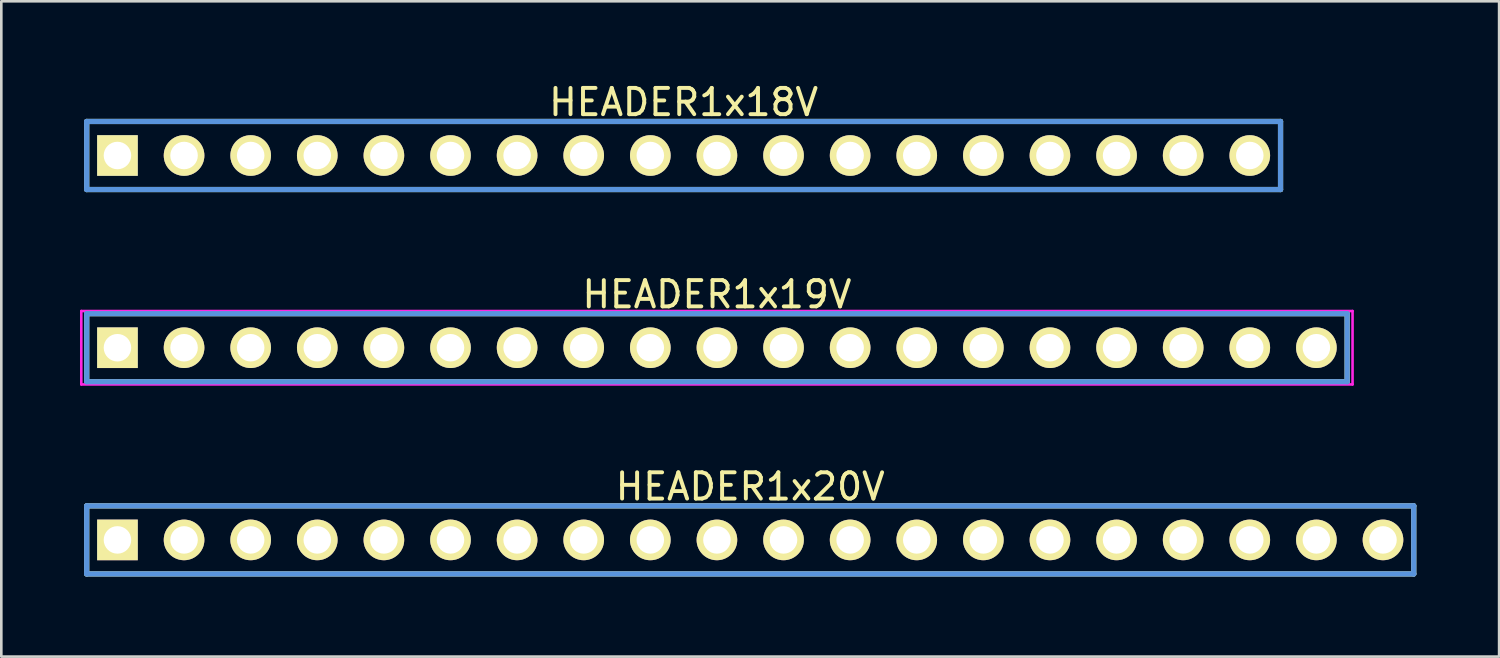
<source format=kicad_pcb>
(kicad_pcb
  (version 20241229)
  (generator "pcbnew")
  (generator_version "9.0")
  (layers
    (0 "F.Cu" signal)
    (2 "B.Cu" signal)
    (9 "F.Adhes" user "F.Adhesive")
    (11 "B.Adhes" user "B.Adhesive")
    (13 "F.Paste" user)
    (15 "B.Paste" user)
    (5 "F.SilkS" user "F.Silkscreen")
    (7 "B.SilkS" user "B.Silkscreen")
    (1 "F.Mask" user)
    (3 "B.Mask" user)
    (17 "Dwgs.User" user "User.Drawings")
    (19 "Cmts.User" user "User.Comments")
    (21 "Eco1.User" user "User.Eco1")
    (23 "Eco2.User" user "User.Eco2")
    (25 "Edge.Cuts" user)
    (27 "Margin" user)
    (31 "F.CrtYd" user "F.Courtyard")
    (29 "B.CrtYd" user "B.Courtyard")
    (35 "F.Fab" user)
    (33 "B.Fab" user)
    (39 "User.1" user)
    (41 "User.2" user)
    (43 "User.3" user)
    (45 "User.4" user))
  (footprint "HEADER1x20V"
    (layer "F.Cu")
    (at 1.429 17.539)
    (property "Reference" "HEADER1x20V" (at 24.13 -2.032 0) (layer "F.SilkS") (effects (font (size 1.001 1.001) (thickness 0.15))))
    (attr through_hole)
    (fp_line (start -1.173 -1.298) (end -1.173 1.298) (stroke (width 0.198) (type solid)) (layer "F.SilkS"))
    (fp_line (start -1.173 1.298) (end 49.433 1.298) (stroke (width 0.198) (type solid)) (layer "F.SilkS"))
    (fp_line (start 49.433 -1.298) (end -1.173 -1.298) (stroke (width 0.198) (type solid)) (layer "F.SilkS"))
    (fp_line (start 49.433 1.298) (end 49.433 -1.298) (stroke (width 0.198) (type solid)) (layer "F.SilkS"))
    (fp_line (start -1.173 -1.298) (end -1.173 1.298) (stroke (width 0.198) (type solid)) (layer "Cmts.User"))
    (fp_line (start -1.173 1.298) (end 49.433 1.298) (stroke (width 0.198) (type solid)) (layer "Cmts.User"))
    (fp_line (start 49.433 -1.298) (end -1.173 -1.298) (stroke (width 0.198) (type solid)) (layer "Cmts.User"))
    (fp_line (start 49.433 1.298) (end 49.433 -1.298) (stroke (width 0.198) (type solid)) (layer "Cmts.User"))
    (fp_line (start -1.379 -1.4) (end -1.379 1.4) (stroke (width 0.099) (type solid)) (layer "Eco1.User"))
    (fp_line (start -1.379 1.4) (end 49.639 1.4) (stroke (width 0.099) (type solid)) (layer "Eco1.User"))
    (fp_line (start 49.639 -1.4) (end -1.379 -1.4) (stroke (width 0.099) (type solid)) (layer "Eco1.User"))
    (fp_line (start 49.639 1.4) (end 49.639 -1.4) (stroke (width 0.099) (type solid)) (layer "Eco1.User"))
    (pad "1" thru_hole rect (at 0 0) (size 1.549 1.549) (drill 1.049) (layers "*.Cu" "*.Mask" "F.SilkS"))
    (pad "2" thru_hole circle (at 2.54 0) (size 1.549 1.549) (drill 1.049) (layers "*.Cu" "*.Mask" "F.SilkS"))
    (pad "3" thru_hole circle (at 5.08 0) (size 1.549 1.549) (drill 1.049) (layers "*.Cu" "*.Mask" "F.SilkS"))
    (pad "4" thru_hole circle (at 7.62 0) (size 1.549 1.549) (drill 1.049) (layers "*.Cu" "*.Mask" "F.SilkS"))
    (pad "5" thru_hole circle (at 10.16 0) (size 1.549 1.549) (drill 1.049) (layers "*.Cu" "*.Mask" "F.SilkS"))
    (pad "6" thru_hole circle (at 12.7 0) (size 1.549 1.549) (drill 1.049) (layers "*.Cu" "*.Mask" "F.SilkS"))
    (pad "7" thru_hole circle (at 15.24 0) (size 1.549 1.549) (drill 1.049) (layers "*.Cu" "*.Mask" "F.SilkS"))
    (pad "8" thru_hole circle (at 17.78 0) (size 1.549 1.549) (drill 1.049) (layers "*.Cu" "*.Mask" "F.SilkS"))
    (pad "9" thru_hole circle (at 20.32 0) (size 1.549 1.549) (drill 1.049) (layers "*.Cu" "*.Mask" "F.SilkS"))
    (pad "10" thru_hole circle (at 22.86 0) (size 1.549 1.549) (drill 1.049) (layers "*.Cu" "*.Mask" "F.SilkS"))
    (pad "11" thru_hole circle (at 25.4 0) (size 1.549 1.549) (drill 1.049) (layers "*.Cu" "*.Mask" "F.SilkS"))
    (pad "12" thru_hole circle (at 27.94 0) (size 1.549 1.549) (drill 1.049) (layers "*.Cu" "*.Mask" "F.SilkS"))
    (pad "13" thru_hole circle (at 30.48 0) (size 1.549 1.549) (drill 1.049) (layers "*.Cu" "*.Mask" "F.SilkS"))
    (pad "14" thru_hole circle (at 33.02 0) (size 1.549 1.549) (drill 1.049) (layers "*.Cu" "*.Mask" "F.SilkS"))
    (pad "15" thru_hole circle (at 35.56 0) (size 1.549 1.549) (drill 1.049) (layers "*.Cu" "*.Mask" "F.SilkS"))
    (pad "16" thru_hole circle (at 38.1 0) (size 1.549 1.549) (drill 1.049) (layers "*.Cu" "*.Mask" "F.SilkS"))
    (pad "17" thru_hole circle (at 40.64 0) (size 1.549 1.549) (drill 1.049) (layers "*.Cu" "*.Mask" "F.SilkS"))
    (pad "18" thru_hole circle (at 43.18 0) (size 1.549 1.549) (drill 1.049) (layers "*.Cu" "*.Mask" "F.SilkS"))
    (pad "19" thru_hole circle (at 45.72 0) (size 1.549 1.549) (drill 1.049) (layers "*.Cu" "*.Mask" "F.SilkS"))
    (pad "20" thru_hole circle (at 48.26 0) (size 1.549 1.549) (drill 1.049) (layers "*.Cu" "*.Mask" "F.SilkS")))
  (footprint "HEADER1x18V"
    (layer "F.Cu")
    (at 1.429 2.88)
    (property "Reference" "HEADER1x18V" (at 21.59 -2.032 0) (layer "F.SilkS") (effects (font (size 1.001 1.001) (thickness 0.15))))
    (attr through_hole)
    (fp_line (start -1.173 -1.298) (end -1.173 1.298) (stroke (width 0.198) (type solid)) (layer "F.SilkS"))
    (fp_line (start -1.173 1.298) (end 44.353 1.298) (stroke (width 0.198) (type solid)) (layer "F.SilkS"))
    (fp_line (start 44.353 -1.298) (end -1.173 -1.298) (stroke (width 0.198) (type solid)) (layer "F.SilkS"))
    (fp_line (start 44.353 1.298) (end 44.353 -1.298) (stroke (width 0.198) (type solid)) (layer "F.SilkS"))
    (fp_line (start -1.173 -1.298) (end -1.173 1.298) (stroke (width 0.198) (type solid)) (layer "Cmts.User"))
    (fp_line (start -1.173 1.298) (end 44.353 1.298) (stroke (width 0.198) (type solid)) (layer "Cmts.User"))
    (fp_line (start 44.353 -1.298) (end -1.173 -1.298) (stroke (width 0.198) (type solid)) (layer "Cmts.User"))
    (fp_line (start 44.353 1.298) (end 44.353 -1.298) (stroke (width 0.198) (type solid)) (layer "Cmts.User"))
    (fp_line (start -1.379 -1.4) (end -1.379 1.4) (stroke (width 0.099) (type solid)) (layer "Eco1.User"))
    (fp_line (start -1.379 1.4) (end 44.559 1.4) (stroke (width 0.099) (type solid)) (layer "Eco1.User"))
    (fp_line (start 44.559 -1.4) (end -1.379 -1.4) (stroke (width 0.099) (type solid)) (layer "Eco1.User"))
    (fp_line (start 44.559 1.4) (end 44.559 -1.4) (stroke (width 0.099) (type solid)) (layer "Eco1.User"))
    (pad "1" thru_hole rect (at 0 0) (size 1.549 1.549) (drill 1.049) (layers "*.Cu" "*.Mask" "F.SilkS"))
    (pad "2" thru_hole circle (at 2.54 0) (size 1.549 1.549) (drill 1.049) (layers "*.Cu" "*.Mask" "F.SilkS"))
    (pad "3" thru_hole circle (at 5.08 0) (size 1.549 1.549) (drill 1.049) (layers "*.Cu" "*.Mask" "F.SilkS"))
    (pad "4" thru_hole circle (at 7.62 0) (size 1.549 1.549) (drill 1.049) (layers "*.Cu" "*.Mask" "F.SilkS"))
    (pad "5" thru_hole circle (at 10.16 0) (size 1.549 1.549) (drill 1.049) (layers "*.Cu" "*.Mask" "F.SilkS"))
    (pad "6" thru_hole circle (at 12.7 0) (size 1.549 1.549) (drill 1.049) (layers "*.Cu" "*.Mask" "F.SilkS"))
    (pad "7" thru_hole circle (at 15.24 0) (size 1.549 1.549) (drill 1.049) (layers "*.Cu" "*.Mask" "F.SilkS"))
    (pad "8" thru_hole circle (at 17.78 0) (size 1.549 1.549) (drill 1.049) (layers "*.Cu" "*.Mask" "F.SilkS"))
    (pad "9" thru_hole circle (at 20.32 0) (size 1.549 1.549) (drill 1.049) (layers "*.Cu" "*.Mask" "F.SilkS"))
    (pad "10" thru_hole circle (at 22.86 0) (size 1.549 1.549) (drill 1.049) (layers "*.Cu" "*.Mask" "F.SilkS"))
    (pad "11" thru_hole circle (at 25.4 0) (size 1.549 1.549) (drill 1.049) (layers "*.Cu" "*.Mask" "F.SilkS"))
    (pad "12" thru_hole circle (at 27.94 0) (size 1.549 1.549) (drill 1.049) (layers "*.Cu" "*.Mask" "F.SilkS"))
    (pad "13" thru_hole circle (at 30.48 0) (size 1.549 1.549) (drill 1.049) (layers "*.Cu" "*.Mask" "F.SilkS"))
    (pad "14" thru_hole circle (at 33.02 0) (size 1.549 1.549) (drill 1.049) (layers "*.Cu" "*.Mask" "F.SilkS"))
    (pad "15" thru_hole circle (at 35.56 0) (size 1.549 1.549) (drill 1.049) (layers "*.Cu" "*.Mask" "F.SilkS"))
    (pad "16" thru_hole circle (at 38.1 0) (size 1.549 1.549) (drill 1.049) (layers "*.Cu" "*.Mask" "F.SilkS"))
    (pad "17" thru_hole circle (at 40.64 0) (size 1.549 1.549) (drill 1.049) (layers "*.Cu" "*.Mask" "F.SilkS"))
    (pad "18" thru_hole circle (at 43.18 0) (size 1.549 1.549) (drill 1.049) (layers "*.Cu" "*.Mask" "F.SilkS")))
  (footprint "HEADER1x19V"
    (layer "F.Cu")
    (at 1.429 10.21)
    (property "Reference" "HEADER1x19V" (at 22.86 -2.032 0) (layer "F.SilkS") (effects (font (size 1.001 1.001) (thickness 0.15))))
    (attr through_hole)
    (fp_line (start -1.173 -1.298) (end -1.173 1.298) (stroke (width 0.198) (type solid)) (layer "F.SilkS"))
    (fp_line (start -1.173 1.298) (end 46.893 1.298) (stroke (width 0.198) (type solid)) (layer "F.SilkS"))
    (fp_line (start 46.893 -1.298) (end -1.173 -1.298) (stroke (width 0.198) (type solid)) (layer "F.SilkS"))
    (fp_line (start 46.893 1.298) (end 46.893 -1.298) (stroke (width 0.198) (type solid)) (layer "F.SilkS"))
    (fp_line (start -1.173 -1.298) (end -1.173 1.298) (stroke (width 0.198) (type solid)) (layer "Cmts.User"))
    (fp_line (start -1.173 1.298) (end 46.893 1.298) (stroke (width 0.198) (type solid)) (layer "Cmts.User"))
    (fp_line (start 46.893 -1.298) (end -1.173 -1.298) (stroke (width 0.198) (type solid)) (layer "Cmts.User"))
    (fp_line (start 46.893 1.298) (end 46.893 -1.298) (stroke (width 0.198) (type solid)) (layer "Cmts.User"))
    (fp_line (start -1.379 -1.4) (end -1.379 1.4) (stroke (width 0.099) (type solid)) (layer "F.CrtYd"))
    (fp_line (start -1.379 1.4) (end 47.099 1.4) (stroke (width 0.099) (type solid)) (layer "F.CrtYd"))
    (fp_line (start 47.099 -1.4) (end -1.379 -1.4) (stroke (width 0.099) (type solid)) (layer "F.CrtYd"))
    (fp_line (start 47.099 1.4) (end 47.099 -1.4) (stroke (width 0.099) (type solid)) (layer "F.CrtYd"))
    (pad "1" thru_hole rect (at 0 0) (size 1.549 1.549) (drill 1.049) (layers "*.Cu" "*.Mask" "F.SilkS"))
    (pad "2" thru_hole circle (at 2.54 0) (size 1.549 1.549) (drill 1.049) (layers "*.Cu" "*.Mask" "F.SilkS"))
    (pad "3" thru_hole circle (at 5.08 0) (size 1.549 1.549) (drill 1.049) (layers "*.Cu" "*.Mask" "F.SilkS"))
    (pad "4" thru_hole circle (at 7.62 0) (size 1.549 1.549) (drill 1.049) (layers "*.Cu" "*.Mask" "F.SilkS"))
    (pad "5" thru_hole circle (at 10.16 0) (size 1.549 1.549) (drill 1.049) (layers "*.Cu" "*.Mask" "F.SilkS"))
    (pad "6" thru_hole circle (at 12.7 0) (size 1.549 1.549) (drill 1.049) (layers "*.Cu" "*.Mask" "F.SilkS"))
    (pad "7" thru_hole circle (at 15.24 0) (size 1.549 1.549) (drill 1.049) (layers "*.Cu" "*.Mask" "F.SilkS"))
    (pad "8" thru_hole circle (at 17.78 0) (size 1.549 1.549) (drill 1.049) (layers "*.Cu" "*.Mask" "F.SilkS"))
    (pad "9" thru_hole circle (at 20.32 0) (size 1.549 1.549) (drill 1.049) (layers "*.Cu" "*.Mask" "F.SilkS"))
    (pad "10" thru_hole circle (at 22.86 0) (size 1.549 1.549) (drill 1.049) (layers "*.Cu" "*.Mask" "F.SilkS"))
    (pad "11" thru_hole circle (at 25.4 0) (size 1.549 1.549) (drill 1.049) (layers "*.Cu" "*.Mask" "F.SilkS"))
    (pad "12" thru_hole circle (at 27.94 0) (size 1.549 1.549) (drill 1.049) (layers "*.Cu" "*.Mask" "F.SilkS"))
    (pad "13" thru_hole circle (at 30.48 0) (size 1.549 1.549) (drill 1.049) (layers "*.Cu" "*.Mask" "F.SilkS"))
    (pad "14" thru_hole circle (at 33.02 0) (size 1.549 1.549) (drill 1.049) (layers "*.Cu" "*.Mask" "F.SilkS"))
    (pad "15" thru_hole circle (at 35.56 0) (size 1.549 1.549) (drill 1.049) (layers "*.Cu" "*.Mask" "F.SilkS"))
    (pad "16" thru_hole circle (at 38.1 0) (size 1.549 1.549) (drill 1.049) (layers "*.Cu" "*.Mask" "F.SilkS"))
    (pad "17" thru_hole circle (at 40.64 0) (size 1.549 1.549) (drill 1.049) (layers "*.Cu" "*.Mask" "F.SilkS"))
    (pad "18" thru_hole circle (at 43.18 0) (size 1.549 1.549) (drill 1.049) (layers "*.Cu" "*.Mask" "F.SilkS"))
    (pad "19" thru_hole circle (at 45.72 0) (size 1.549 1.549) (drill 1.049) (layers "*.Cu" "*.Mask" "F.SilkS")))
  (gr_rect
    (start -3 -3)
    (end 54.117 21.989)
    (stroke (width 0.1) (type default))
    (fill no)
    (layer "Edge.Cuts")))
</source>
